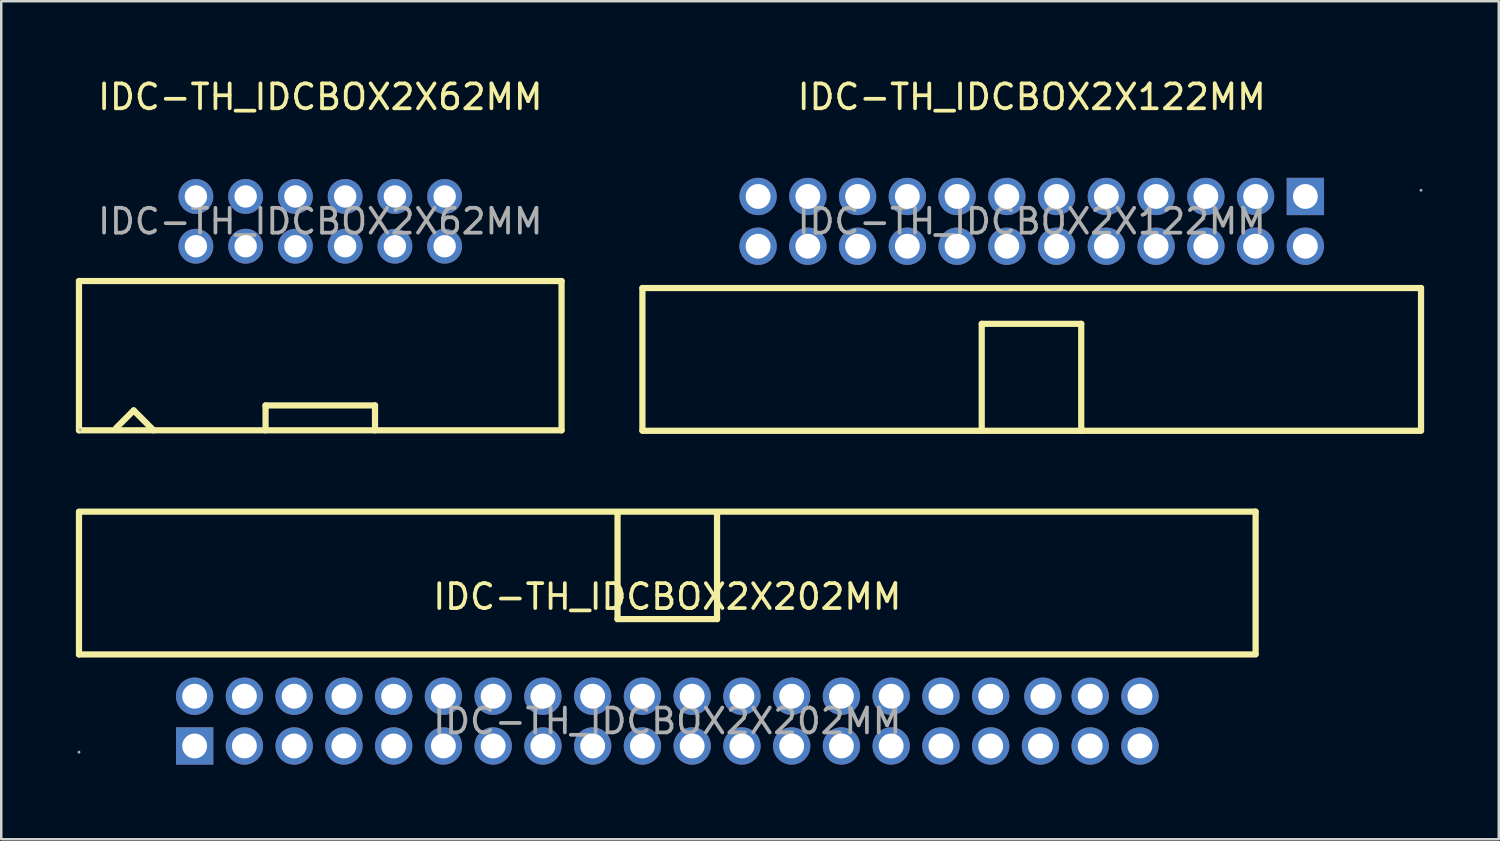
<source format=kicad_pcb>
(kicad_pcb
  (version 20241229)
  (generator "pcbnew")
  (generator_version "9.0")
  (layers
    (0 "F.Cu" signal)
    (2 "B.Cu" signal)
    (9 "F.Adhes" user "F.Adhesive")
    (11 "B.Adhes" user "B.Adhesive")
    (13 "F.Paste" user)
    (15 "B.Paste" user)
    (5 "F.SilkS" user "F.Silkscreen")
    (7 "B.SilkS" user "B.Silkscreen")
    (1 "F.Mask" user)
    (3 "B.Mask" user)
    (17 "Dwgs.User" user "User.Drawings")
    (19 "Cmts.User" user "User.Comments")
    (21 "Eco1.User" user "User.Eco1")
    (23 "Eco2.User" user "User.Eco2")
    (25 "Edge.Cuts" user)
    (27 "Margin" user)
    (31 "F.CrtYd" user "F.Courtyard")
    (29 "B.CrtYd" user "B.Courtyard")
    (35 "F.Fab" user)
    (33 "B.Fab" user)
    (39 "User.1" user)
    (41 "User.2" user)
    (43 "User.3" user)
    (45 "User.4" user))
  (footprint "IDC-TH_IDCBOX2X62MM"
    (layer "F.Cu")
    (at 9.825 5.848)
    (property "Reference" "IDC-TH_IDCBOX2X62MM" (at 0 -5 0) (layer "F.SilkS") (effects (font (size 1 1) (thickness 0.15))))
    (attr through_hole)
    (fp_line (start -9.7 2.4) (end -9.7 8.4) (stroke (width 0.25) (type solid)) (layer "F.SilkS"))
    (fp_line (start -9.7 2.4) (end 9.7 2.4) (stroke (width 0.25) (type solid)) (layer "F.SilkS"))
    (fp_line (start -8.2 8.3) (end -7.5 7.6) (stroke (width 0.25) (type solid)) (layer "F.SilkS"))
    (fp_line (start -7.5 7.6) (end -6.7 8.4) (stroke (width 0.25) (type solid)) (layer "F.SilkS"))
    (fp_line (start -2.2 7.4) (end 2.2 7.4) (stroke (width 0.25) (type solid)) (layer "F.SilkS"))
    (fp_line (start -2.2 8.4) (end -2.2 7.4) (stroke (width 0.25) (type solid)) (layer "F.SilkS"))
    (fp_line (start 2.2 7.4) (end 2.2 8.4) (stroke (width 0.25) (type solid)) (layer "F.SilkS"))
    (fp_line (start 9.7 8.4) (end -9.7 8.4) (stroke (width 0.25) (type solid)) (layer "F.SilkS"))
    (fp_line (start 9.7 8.4) (end 9.7 2.4) (stroke (width 0.25) (type solid)) (layer "F.SilkS"))
    (fp_circle (center -9.65 8.38) (end -9.62 8.38) (stroke (width 0.06) (type solid)) (fill no) (layer "F.Fab"))
    (fp_text user "${REFERENCE}" (at 0 0 0) (layer "F.Fab") (effects (font (size 1 1) (thickness 0.15))))
    (pad "1" thru_hole circle (at -5 1) (size 1.4 1.4) (drill 0.9) (layers "*.Cu" "*.Paste" "*.Mask"))
    (pad "2" thru_hole circle (at -5 -1) (size 1.4 1.4) (drill 0.9) (layers "*.Cu" "*.Paste" "*.Mask"))
    (pad "3" thru_hole circle (at -3 1) (size 1.4 1.4) (drill 0.9) (layers "*.Cu" "*.Paste" "*.Mask"))
    (pad "4" thru_hole circle (at -3 -1) (size 1.4 1.4) (drill 0.9) (layers "*.Cu" "*.Paste" "*.Mask"))
    (pad "5" thru_hole circle (at -1 1) (size 1.4 1.4) (drill 0.9) (layers "*.Cu" "*.Paste" "*.Mask"))
    (pad "6" thru_hole circle (at -1 -1) (size 1.4 1.4) (drill 0.9) (layers "*.Cu" "*.Paste" "*.Mask"))
    (pad "7" thru_hole circle (at 1 1) (size 1.4 1.4) (drill 0.9) (layers "*.Cu" "*.Paste" "*.Mask"))
    (pad "8" thru_hole circle (at 1 -1) (size 1.4 1.4) (drill 0.9) (layers "*.Cu" "*.Paste" "*.Mask"))
    (pad "9" thru_hole circle (at 3 1) (size 1.4 1.4) (drill 0.9) (layers "*.Cu" "*.Paste" "*.Mask"))
    (pad "10" thru_hole circle (at 3 -1) (size 1.4 1.4) (drill 0.9) (layers "*.Cu" "*.Paste" "*.Mask"))
    (pad "11" thru_hole circle (at 5 1) (size 1.4 1.4) (drill 0.9) (layers "*.Cu" "*.Paste" "*.Mask"))
    (pad "12" thru_hole circle (at 5 -1) (size 1.4 1.4) (drill 0.9) (layers "*.Cu" "*.Paste" "*.Mask")))
  (footprint "IDC-TH_IDCBOX2X202MM"
    (layer "F.Cu")
    (at 23.775 25.938)
    (property "Reference" "IDC-TH_IDCBOX2X202MM" (at 0 -5 0) (layer "F.SilkS") (effects (font (size 1 1) (thickness 0.15))))
    (attr through_hole)
    (fp_line (start -23.65 -8.4) (end -23.65 -2.68) (stroke (width 0.25) (type solid)) (layer "F.SilkS"))
    (fp_line (start -23.65 -2.68) (end 23.65 -2.68) (stroke (width 0.25) (type solid)) (layer "F.SilkS"))
    (fp_line (start -2 -8.4) (end -2 -4.1) (stroke (width 0.25) (type solid)) (layer "F.SilkS"))
    (fp_line (start -2 -4.1) (end 2 -4.1) (stroke (width 0.25) (type solid)) (layer "F.SilkS"))
    (fp_line (start 2 -4.1) (end 2 -8.4) (stroke (width 0.25) (type solid)) (layer "F.SilkS"))
    (fp_line (start 23.65 -8.42) (end -23.65 -8.42) (stroke (width 0.25) (type solid)) (layer "F.SilkS"))
    (fp_line (start 23.65 -2.7) (end 23.65 -8.42) (stroke (width 0.25) (type solid)) (layer "F.SilkS"))
    (fp_circle (center -23.65 1.25) (end -23.62 1.25) (stroke (width 0.06) (type solid)) (fill no) (layer "F.Fab"))
    (fp_text user "${REFERENCE}" (at 0 0 0) (layer "F.Fab") (effects (font (size 1 1) (thickness 0.15))))
    (pad "1" thru_hole rect (at -19 1) (size 1.5 1.5) (drill 1) (layers "*.Cu" "*.Paste" "*.Mask"))
    (pad "2" thru_hole circle (at -19 -1) (size 1.5 1.5) (drill 1) (layers "*.Cu" "*.Paste" "*.Mask"))
    (pad "3" thru_hole circle (at -17 1) (size 1.5 1.5) (drill 1) (layers "*.Cu" "*.Paste" "*.Mask"))
    (pad "4" thru_hole circle (at -17 -1) (size 1.5 1.5) (drill 1) (layers "*.Cu" "*.Paste" "*.Mask"))
    (pad "5" thru_hole circle (at -15 1) (size 1.5 1.5) (drill 1) (layers "*.Cu" "*.Paste" "*.Mask"))
    (pad "6" thru_hole circle (at -15 -1) (size 1.5 1.5) (drill 1) (layers "*.Cu" "*.Paste" "*.Mask"))
    (pad "7" thru_hole circle (at -13 1) (size 1.5 1.5) (drill 1) (layers "*.Cu" "*.Paste" "*.Mask"))
    (pad "8" thru_hole circle (at -13 -1) (size 1.5 1.5) (drill 1) (layers "*.Cu" "*.Paste" "*.Mask"))
    (pad "9" thru_hole circle (at -11 1) (size 1.5 1.5) (drill 1) (layers "*.Cu" "*.Paste" "*.Mask"))
    (pad "10" thru_hole circle (at -11 -1) (size 1.5 1.5) (drill 1) (layers "*.Cu" "*.Paste" "*.Mask"))
    (pad "11" thru_hole circle (at -9 1) (size 1.5 1.5) (drill 1) (layers "*.Cu" "*.Paste" "*.Mask"))
    (pad "12" thru_hole circle (at -9 -1) (size 1.5 1.5) (drill 1) (layers "*.Cu" "*.Paste" "*.Mask"))
    (pad "13" thru_hole circle (at -7 1) (size 1.5 1.5) (drill 1) (layers "*.Cu" "*.Paste" "*.Mask"))
    (pad "14" thru_hole circle (at -7 -1) (size 1.5 1.5) (drill 1) (layers "*.Cu" "*.Paste" "*.Mask"))
    (pad "15" thru_hole circle (at -5 1) (size 1.5 1.5) (drill 1) (layers "*.Cu" "*.Paste" "*.Mask"))
    (pad "16" thru_hole circle (at -5 -1) (size 1.5 1.5) (drill 1) (layers "*.Cu" "*.Paste" "*.Mask"))
    (pad "17" thru_hole circle (at -3 1) (size 1.5 1.5) (drill 1) (layers "*.Cu" "*.Paste" "*.Mask"))
    (pad "18" thru_hole circle (at -3 -1) (size 1.5 1.5) (drill 1) (layers "*.Cu" "*.Paste" "*.Mask"))
    (pad "19" thru_hole circle (at -1 1) (size 1.5 1.5) (drill 1) (layers "*.Cu" "*.Paste" "*.Mask"))
    (pad "20" thru_hole circle (at -1 -1) (size 1.5 1.5) (drill 1) (layers "*.Cu" "*.Paste" "*.Mask"))
    (pad "21" thru_hole circle (at 1 1) (size 1.5 1.5) (drill 1) (layers "*.Cu" "*.Paste" "*.Mask"))
    (pad "22" thru_hole circle (at 1 -1) (size 1.5 1.5) (drill 1) (layers "*.Cu" "*.Paste" "*.Mask"))
    (pad "23" thru_hole circle (at 3 1) (size 1.5 1.5) (drill 1) (layers "*.Cu" "*.Paste" "*.Mask"))
    (pad "24" thru_hole circle (at 3 -1) (size 1.5 1.5) (drill 1) (layers "*.Cu" "*.Paste" "*.Mask"))
    (pad "25" thru_hole circle (at 5 1) (size 1.5 1.5) (drill 1) (layers "*.Cu" "*.Paste" "*.Mask"))
    (pad "26" thru_hole circle (at 5 -1) (size 1.5 1.5) (drill 1) (layers "*.Cu" "*.Paste" "*.Mask"))
    (pad "27" thru_hole circle (at 7 1) (size 1.5 1.5) (drill 1) (layers "*.Cu" "*.Paste" "*.Mask"))
    (pad "28" thru_hole circle (at 7 -1) (size 1.5 1.5) (drill 1) (layers "*.Cu" "*.Paste" "*.Mask"))
    (pad "29" thru_hole circle (at 9 1) (size 1.5 1.5) (drill 1) (layers "*.Cu" "*.Paste" "*.Mask"))
    (pad "30" thru_hole circle (at 9 -1) (size 1.5 1.5) (drill 1) (layers "*.Cu" "*.Paste" "*.Mask"))
    (pad "31" thru_hole circle (at 11 1) (size 1.5 1.5) (drill 1) (layers "*.Cu" "*.Paste" "*.Mask"))
    (pad "32" thru_hole circle (at 11 -1) (size 1.5 1.5) (drill 1) (layers "*.Cu" "*.Paste" "*.Mask"))
    (pad "33" thru_hole circle (at 13 1) (size 1.5 1.5) (drill 1) (layers "*.Cu" "*.Paste" "*.Mask"))
    (pad "34" thru_hole circle (at 13 -1) (size 1.5 1.5) (drill 1) (layers "*.Cu" "*.Paste" "*.Mask"))
    (pad "35" thru_hole circle (at 15 1) (size 1.5 1.5) (drill 1) (layers "*.Cu" "*.Paste" "*.Mask"))
    (pad "36" thru_hole circle (at 15.1 -1) (size 1.5 1.5) (drill 1) (layers "*.Cu" "*.Paste" "*.Mask"))
    (pad "37" thru_hole circle (at 17 1) (size 1.5 1.5) (drill 1) (layers "*.Cu" "*.Paste" "*.Mask"))
    (pad "38" thru_hole circle (at 17 -1) (size 1.5 1.5) (drill 1) (layers "*.Cu" "*.Paste" "*.Mask"))
    (pad "39" thru_hole circle (at 19 1) (size 1.5 1.5) (drill 1) (layers "*.Cu" "*.Paste" "*.Mask"))
    (pad "40" thru_hole circle (at 19 -1) (size 1.5 1.5) (drill 1) (layers "*.Cu" "*.Paste" "*.Mask")))
  (footprint "IDC-TH_IDCBOX2X122MM"
    (layer "F.Cu")
    (at 38.425 5.848)
    (property "Reference" "IDC-TH_IDCBOX2X122MM" (at 0 -5 0) (layer "F.SilkS") (effects (font (size 1 1) (thickness 0.15))))
    (attr through_hole)
    (fp_line (start -15.65 2.68) (end -15.65 8.4) (stroke (width 0.25) (type solid)) (layer "F.SilkS"))
    (fp_line (start -2.01 4.12) (end -2.01 8.42) (stroke (width 0.25) (type solid)) (layer "F.SilkS"))
    (fp_line (start 1.99 4.12) (end -2.01 4.12) (stroke (width 0.25) (type solid)) (layer "F.SilkS"))
    (fp_line (start 1.99 8.42) (end 1.99 4.12) (stroke (width 0.25) (type solid)) (layer "F.SilkS"))
    (fp_line (start 15.65 2.68) (end -15.65 2.68) (stroke (width 0.25) (type solid)) (layer "F.SilkS"))
    (fp_line (start 15.65 8.4) (end 15.65 2.68) (stroke (width 0.25) (type solid)) (layer "F.SilkS"))
    (fp_line (start 15.65 8.42) (end -15.65 8.42) (stroke (width 0.25) (type solid)) (layer "F.SilkS"))
    (fp_circle (center 15.65 -1.25) (end 15.68 -1.25) (stroke (width 0.06) (type solid)) (fill no) (layer "F.Fab"))
    (fp_text user "${REFERENCE}" (at 0 0 0) (layer "F.Fab") (effects (font (size 1 1) (thickness 0.15))))
    (pad "1" thru_hole rect (at 11 -1 180) (size 1.5 1.5) (drill 1) (layers "*.Cu" "*.Paste" "*.Mask"))
    (pad "2" thru_hole circle (at 11 1 180) (size 1.5 1.5) (drill 1) (layers "*.Cu" "*.Paste" "*.Mask"))
    (pad "3" thru_hole circle (at 9 -1 180) (size 1.5 1.5) (drill 1) (layers "*.Cu" "*.Paste" "*.Mask"))
    (pad "4" thru_hole circle (at 9 1 180) (size 1.5 1.5) (drill 1) (layers "*.Cu" "*.Paste" "*.Mask"))
    (pad "5" thru_hole circle (at 7 -1 180) (size 1.5 1.5) (drill 1) (layers "*.Cu" "*.Paste" "*.Mask"))
    (pad "6" thru_hole circle (at 7 1 180) (size 1.5 1.5) (drill 1) (layers "*.Cu" "*.Paste" "*.Mask"))
    (pad "7" thru_hole circle (at 5 -1 180) (size 1.5 1.5) (drill 1) (layers "*.Cu" "*.Paste" "*.Mask"))
    (pad "8" thru_hole circle (at 5 1 180) (size 1.5 1.5) (drill 1) (layers "*.Cu" "*.Paste" "*.Mask"))
    (pad "9" thru_hole circle (at 3 -1 180) (size 1.5 1.5) (drill 1) (layers "*.Cu" "*.Paste" "*.Mask"))
    (pad "10" thru_hole circle (at 3 1 180) (size 1.5 1.5) (drill 1) (layers "*.Cu" "*.Paste" "*.Mask"))
    (pad "11" thru_hole circle (at 1 -1 180) (size 1.5 1.5) (drill 1) (layers "*.Cu" "*.Paste" "*.Mask"))
    (pad "12" thru_hole circle (at 1 1 180) (size 1.5 1.5) (drill 1) (layers "*.Cu" "*.Paste" "*.Mask"))
    (pad "13" thru_hole circle (at -1 -1 180) (size 1.5 1.5) (drill 1) (layers "*.Cu" "*.Paste" "*.Mask"))
    (pad "14" thru_hole circle (at -1 1 180) (size 1.5 1.5) (drill 1) (layers "*.Cu" "*.Paste" "*.Mask"))
    (pad "15" thru_hole circle (at -3 -1 180) (size 1.5 1.5) (drill 1) (layers "*.Cu" "*.Paste" "*.Mask"))
    (pad "16" thru_hole circle (at -3 1 180) (size 1.5 1.5) (drill 1) (layers "*.Cu" "*.Paste" "*.Mask"))
    (pad "17" thru_hole circle (at -5 -1 180) (size 1.5 1.5) (drill 1) (layers "*.Cu" "*.Paste" "*.Mask"))
    (pad "18" thru_hole circle (at -5 1 180) (size 1.5 1.5) (drill 1) (layers "*.Cu" "*.Paste" "*.Mask"))
    (pad "19" thru_hole circle (at -7 -1 180) (size 1.5 1.5) (drill 1) (layers "*.Cu" "*.Paste" "*.Mask"))
    (pad "20" thru_hole circle (at -7 1 180) (size 1.5 1.5) (drill 1) (layers "*.Cu" "*.Paste" "*.Mask"))
    (pad "21" thru_hole circle (at -9 -1 180) (size 1.5 1.5) (drill 1) (layers "*.Cu" "*.Paste" "*.Mask"))
    (pad "22" thru_hole circle (at -9 1 180) (size 1.5 1.5) (drill 1) (layers "*.Cu" "*.Paste" "*.Mask"))
    (pad "23" thru_hole circle (at -11 -1 180) (size 1.5 1.5) (drill 1) (layers "*.Cu" "*.Paste" "*.Mask"))
    (pad "24" thru_hole circle (at -11 1 180) (size 1.5 1.5) (drill 1) (layers "*.Cu" "*.Paste" "*.Mask")))
  (gr_rect
    (start -3 -3)
    (end 57.2 30.688)
    (stroke (width 0.1) (type default))
    (fill no)
    (layer "Edge.Cuts")))
</source>
